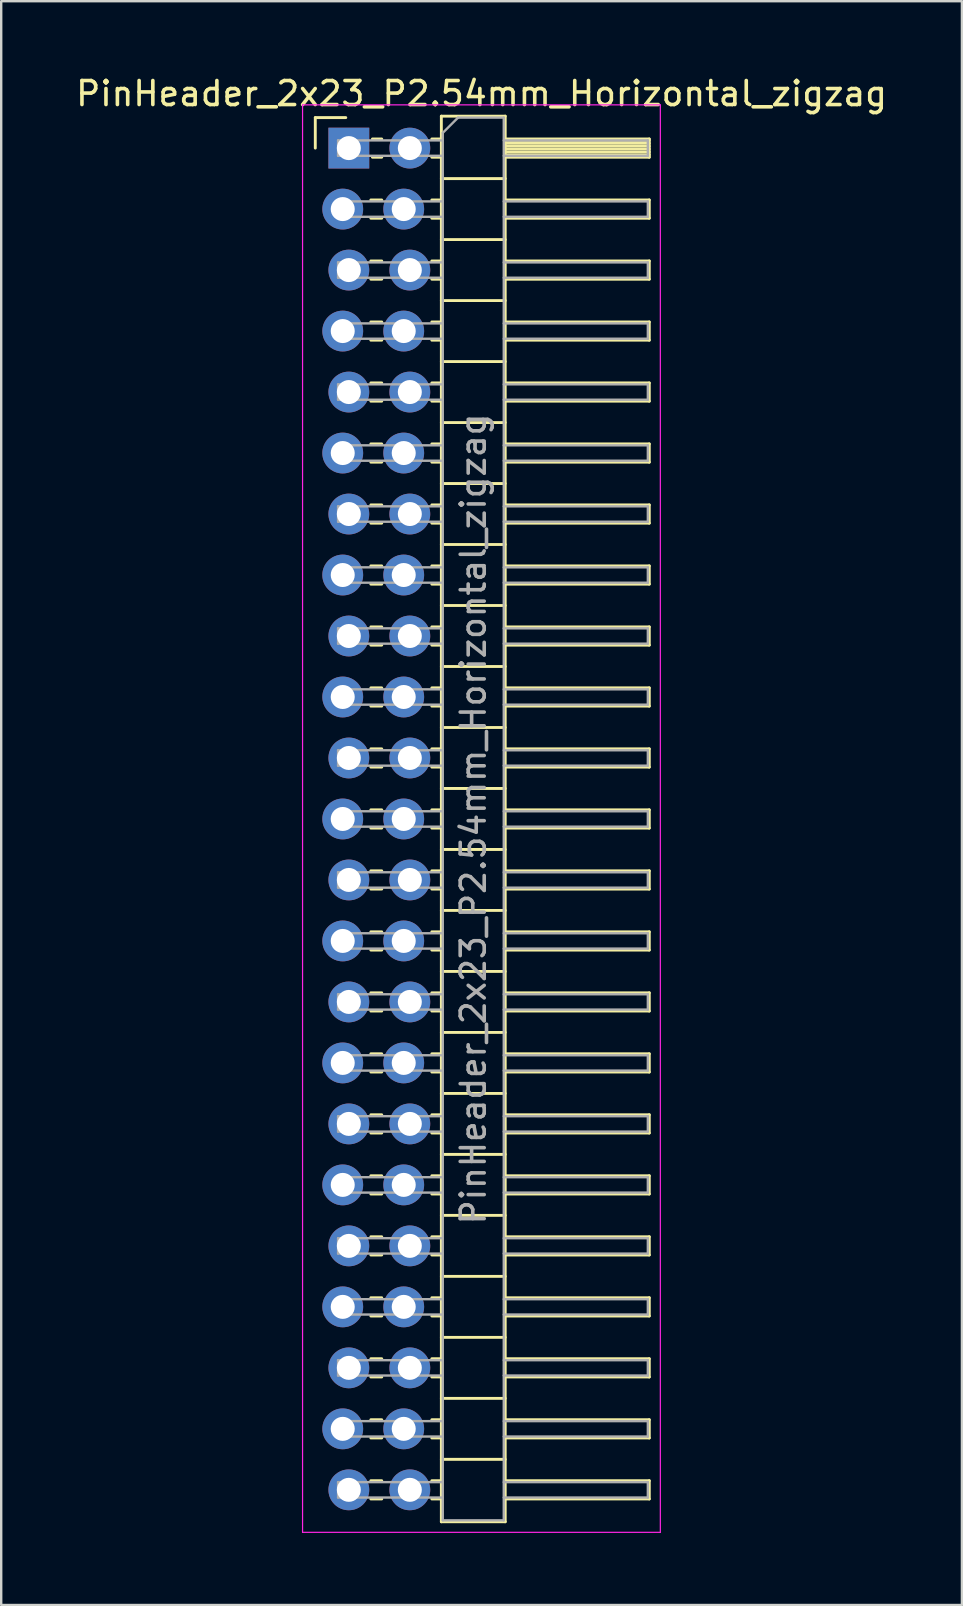
<source format=kicad_pcb>
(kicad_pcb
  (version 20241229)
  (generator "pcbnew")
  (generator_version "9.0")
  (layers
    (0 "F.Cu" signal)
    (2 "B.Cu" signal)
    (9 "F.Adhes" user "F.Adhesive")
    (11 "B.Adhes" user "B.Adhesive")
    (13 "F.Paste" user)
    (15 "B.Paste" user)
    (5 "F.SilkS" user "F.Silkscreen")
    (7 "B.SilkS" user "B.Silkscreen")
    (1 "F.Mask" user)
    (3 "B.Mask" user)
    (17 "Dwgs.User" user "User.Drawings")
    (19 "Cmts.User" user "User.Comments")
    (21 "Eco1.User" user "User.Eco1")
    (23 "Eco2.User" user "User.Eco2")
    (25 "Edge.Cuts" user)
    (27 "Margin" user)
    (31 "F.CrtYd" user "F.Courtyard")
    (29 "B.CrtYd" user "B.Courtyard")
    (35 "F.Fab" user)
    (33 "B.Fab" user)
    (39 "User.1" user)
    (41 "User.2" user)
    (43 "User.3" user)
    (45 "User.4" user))
  (footprint "PinHeader_2x23_P2.54mm_Horizontal_zigzag"
    (layer "F.Cu")
    (at 11.351 3.118)
    (property "Reference" "PinHeader_2x23_P2.54mm_Horizontal_zigzag" (at 5.655 -2.27 0) (layer "F.SilkS") (effects (font (size 1 1) (thickness 0.15))))
    (attr through_hole)
    (fp_line (start -1.27 -1.27) (end 0 -1.27) (stroke (width 0.12) (type solid)) (layer "F.SilkS"))
    (fp_line (start -1.27 0) (end -1.27 -1.27) (stroke (width 0.12) (type solid)) (layer "F.SilkS"))
    (fp_line (start 1.043 2.16) (end 1.497 2.16) (stroke (width 0.12) (type solid)) (layer "F.SilkS"))
    (fp_line (start 1.043 2.92) (end 1.497 2.92) (stroke (width 0.12) (type solid)) (layer "F.SilkS"))
    (fp_line (start 1.043 4.7) (end 1.497 4.7) (stroke (width 0.12) (type solid)) (layer "F.SilkS"))
    (fp_line (start 1.043 5.46) (end 1.497 5.46) (stroke (width 0.12) (type solid)) (layer "F.SilkS"))
    (fp_line (start 1.043 7.24) (end 1.497 7.24) (stroke (width 0.12) (type solid)) (layer "F.SilkS"))
    (fp_line (start 1.043 8) (end 1.497 8) (stroke (width 0.12) (type solid)) (layer "F.SilkS"))
    (fp_line (start 1.043 9.78) (end 1.497 9.78) (stroke (width 0.12) (type solid)) (layer "F.SilkS"))
    (fp_line (start 1.043 10.54) (end 1.497 10.54) (stroke (width 0.12) (type solid)) (layer "F.SilkS"))
    (fp_line (start 1.043 12.32) (end 1.497 12.32) (stroke (width 0.12) (type solid)) (layer "F.SilkS"))
    (fp_line (start 1.043 13.08) (end 1.497 13.08) (stroke (width 0.12) (type solid)) (layer "F.SilkS"))
    (fp_line (start 1.043 14.86) (end 1.497 14.86) (stroke (width 0.12) (type solid)) (layer "F.SilkS"))
    (fp_line (start 1.043 15.62) (end 1.497 15.62) (stroke (width 0.12) (type solid)) (layer "F.SilkS"))
    (fp_line (start 1.043 17.4) (end 1.497 17.4) (stroke (width 0.12) (type solid)) (layer "F.SilkS"))
    (fp_line (start 1.043 18.16) (end 1.497 18.16) (stroke (width 0.12) (type solid)) (layer "F.SilkS"))
    (fp_line (start 1.043 19.94) (end 1.497 19.94) (stroke (width 0.12) (type solid)) (layer "F.SilkS"))
    (fp_line (start 1.043 20.7) (end 1.497 20.7) (stroke (width 0.12) (type solid)) (layer "F.SilkS"))
    (fp_line (start 1.043 22.48) (end 1.497 22.48) (stroke (width 0.12) (type solid)) (layer "F.SilkS"))
    (fp_line (start 1.043 23.24) (end 1.497 23.24) (stroke (width 0.12) (type solid)) (layer "F.SilkS"))
    (fp_line (start 1.043 25.02) (end 1.497 25.02) (stroke (width 0.12) (type solid)) (layer "F.SilkS"))
    (fp_line (start 1.043 25.78) (end 1.497 25.78) (stroke (width 0.12) (type solid)) (layer "F.SilkS"))
    (fp_line (start 1.043 27.56) (end 1.497 27.56) (stroke (width 0.12) (type solid)) (layer "F.SilkS"))
    (fp_line (start 1.043 28.32) (end 1.497 28.32) (stroke (width 0.12) (type solid)) (layer "F.SilkS"))
    (fp_line (start 1.043 30.1) (end 1.497 30.1) (stroke (width 0.12) (type solid)) (layer "F.SilkS"))
    (fp_line (start 1.043 30.86) (end 1.497 30.86) (stroke (width 0.12) (type solid)) (layer "F.SilkS"))
    (fp_line (start 1.043 32.64) (end 1.497 32.64) (stroke (width 0.12) (type solid)) (layer "F.SilkS"))
    (fp_line (start 1.043 33.4) (end 1.497 33.4) (stroke (width 0.12) (type solid)) (layer "F.SilkS"))
    (fp_line (start 1.043 35.18) (end 1.497 35.18) (stroke (width 0.12) (type solid)) (layer "F.SilkS"))
    (fp_line (start 1.043 35.94) (end 1.497 35.94) (stroke (width 0.12) (type solid)) (layer "F.SilkS"))
    (fp_line (start 1.043 37.72) (end 1.497 37.72) (stroke (width 0.12) (type solid)) (layer "F.SilkS"))
    (fp_line (start 1.043 38.48) (end 1.497 38.48) (stroke (width 0.12) (type solid)) (layer "F.SilkS"))
    (fp_line (start 1.043 40.26) (end 1.497 40.26) (stroke (width 0.12) (type solid)) (layer "F.SilkS"))
    (fp_line (start 1.043 41.02) (end 1.497 41.02) (stroke (width 0.12) (type solid)) (layer "F.SilkS"))
    (fp_line (start 1.043 42.8) (end 1.497 42.8) (stroke (width 0.12) (type solid)) (layer "F.SilkS"))
    (fp_line (start 1.043 43.56) (end 1.497 43.56) (stroke (width 0.12) (type solid)) (layer "F.SilkS"))
    (fp_line (start 1.043 45.34) (end 1.497 45.34) (stroke (width 0.12) (type solid)) (layer "F.SilkS"))
    (fp_line (start 1.043 46.1) (end 1.497 46.1) (stroke (width 0.12) (type solid)) (layer "F.SilkS"))
    (fp_line (start 1.043 47.88) (end 1.497 47.88) (stroke (width 0.12) (type solid)) (layer "F.SilkS"))
    (fp_line (start 1.043 48.64) (end 1.497 48.64) (stroke (width 0.12) (type solid)) (layer "F.SilkS"))
    (fp_line (start 1.043 50.42) (end 1.497 50.42) (stroke (width 0.12) (type solid)) (layer "F.SilkS"))
    (fp_line (start 1.043 51.18) (end 1.497 51.18) (stroke (width 0.12) (type solid)) (layer "F.SilkS"))
    (fp_line (start 1.043 52.96) (end 1.497 52.96) (stroke (width 0.12) (type solid)) (layer "F.SilkS"))
    (fp_line (start 1.043 53.72) (end 1.497 53.72) (stroke (width 0.12) (type solid)) (layer "F.SilkS"))
    (fp_line (start 1.043 55.5) (end 1.497 55.5) (stroke (width 0.12) (type solid)) (layer "F.SilkS"))
    (fp_line (start 1.043 56.26) (end 1.497 56.26) (stroke (width 0.12) (type solid)) (layer "F.SilkS"))
    (fp_line (start 1.11 -0.38) (end 1.497 -0.38) (stroke (width 0.12) (type solid)) (layer "F.SilkS"))
    (fp_line (start 1.11 0.38) (end 1.497 0.38) (stroke (width 0.12) (type solid)) (layer "F.SilkS"))
    (fp_line (start 3.583 -0.38) (end 3.98 -0.38) (stroke (width 0.12) (type solid)) (layer "F.SilkS"))
    (fp_line (start 3.583 0.38) (end 3.98 0.38) (stroke (width 0.12) (type solid)) (layer "F.SilkS"))
    (fp_line (start 3.583 2.16) (end 3.98 2.16) (stroke (width 0.12) (type solid)) (layer "F.SilkS"))
    (fp_line (start 3.583 2.92) (end 3.98 2.92) (stroke (width 0.12) (type solid)) (layer "F.SilkS"))
    (fp_line (start 3.583 4.7) (end 3.98 4.7) (stroke (width 0.12) (type solid)) (layer "F.SilkS"))
    (fp_line (start 3.583 5.46) (end 3.98 5.46) (stroke (width 0.12) (type solid)) (layer "F.SilkS"))
    (fp_line (start 3.583 7.24) (end 3.98 7.24) (stroke (width 0.12) (type solid)) (layer "F.SilkS"))
    (fp_line (start 3.583 8) (end 3.98 8) (stroke (width 0.12) (type solid)) (layer "F.SilkS"))
    (fp_line (start 3.583 9.78) (end 3.98 9.78) (stroke (width 0.12) (type solid)) (layer "F.SilkS"))
    (fp_line (start 3.583 10.54) (end 3.98 10.54) (stroke (width 0.12) (type solid)) (layer "F.SilkS"))
    (fp_line (start 3.583 12.32) (end 3.98 12.32) (stroke (width 0.12) (type solid)) (layer "F.SilkS"))
    (fp_line (start 3.583 13.08) (end 3.98 13.08) (stroke (width 0.12) (type solid)) (layer "F.SilkS"))
    (fp_line (start 3.583 14.86) (end 3.98 14.86) (stroke (width 0.12) (type solid)) (layer "F.SilkS"))
    (fp_line (start 3.583 15.62) (end 3.98 15.62) (stroke (width 0.12) (type solid)) (layer "F.SilkS"))
    (fp_line (start 3.583 17.4) (end 3.98 17.4) (stroke (width 0.12) (type solid)) (layer "F.SilkS"))
    (fp_line (start 3.583 18.16) (end 3.98 18.16) (stroke (width 0.12) (type solid)) (layer "F.SilkS"))
    (fp_line (start 3.583 19.94) (end 3.98 19.94) (stroke (width 0.12) (type solid)) (layer "F.SilkS"))
    (fp_line (start 3.583 20.7) (end 3.98 20.7) (stroke (width 0.12) (type solid)) (layer "F.SilkS"))
    (fp_line (start 3.583 22.48) (end 3.98 22.48) (stroke (width 0.12) (type solid)) (layer "F.SilkS"))
    (fp_line (start 3.583 23.24) (end 3.98 23.24) (stroke (width 0.12) (type solid)) (layer "F.SilkS"))
    (fp_line (start 3.583 25.02) (end 3.98 25.02) (stroke (width 0.12) (type solid)) (layer "F.SilkS"))
    (fp_line (start 3.583 25.78) (end 3.98 25.78) (stroke (width 0.12) (type solid)) (layer "F.SilkS"))
    (fp_line (start 3.583 27.56) (end 3.98 27.56) (stroke (width 0.12) (type solid)) (layer "F.SilkS"))
    (fp_line (start 3.583 28.32) (end 3.98 28.32) (stroke (width 0.12) (type solid)) (layer "F.SilkS"))
    (fp_line (start 3.583 30.1) (end 3.98 30.1) (stroke (width 0.12) (type solid)) (layer "F.SilkS"))
    (fp_line (start 3.583 30.86) (end 3.98 30.86) (stroke (width 0.12) (type solid)) (layer "F.SilkS"))
    (fp_line (start 3.583 32.64) (end 3.98 32.64) (stroke (width 0.12) (type solid)) (layer "F.SilkS"))
    (fp_line (start 3.583 33.4) (end 3.98 33.4) (stroke (width 0.12) (type solid)) (layer "F.SilkS"))
    (fp_line (start 3.583 35.18) (end 3.98 35.18) (stroke (width 0.12) (type solid)) (layer "F.SilkS"))
    (fp_line (start 3.583 35.94) (end 3.98 35.94) (stroke (width 0.12) (type solid)) (layer "F.SilkS"))
    (fp_line (start 3.583 37.72) (end 3.98 37.72) (stroke (width 0.12) (type solid)) (layer "F.SilkS"))
    (fp_line (start 3.583 38.48) (end 3.98 38.48) (stroke (width 0.12) (type solid)) (layer "F.SilkS"))
    (fp_line (start 3.583 40.26) (end 3.98 40.26) (stroke (width 0.12) (type solid)) (layer "F.SilkS"))
    (fp_line (start 3.583 41.02) (end 3.98 41.02) (stroke (width 0.12) (type solid)) (layer "F.SilkS"))
    (fp_line (start 3.583 42.8) (end 3.98 42.8) (stroke (width 0.12) (type solid)) (layer "F.SilkS"))
    (fp_line (start 3.583 43.56) (end 3.98 43.56) (stroke (width 0.12) (type solid)) (layer "F.SilkS"))
    (fp_line (start 3.583 45.34) (end 3.98 45.34) (stroke (width 0.12) (type solid)) (layer "F.SilkS"))
    (fp_line (start 3.583 46.1) (end 3.98 46.1) (stroke (width 0.12) (type solid)) (layer "F.SilkS"))
    (fp_line (start 3.583 47.88) (end 3.98 47.88) (stroke (width 0.12) (type solid)) (layer "F.SilkS"))
    (fp_line (start 3.583 48.64) (end 3.98 48.64) (stroke (width 0.12) (type solid)) (layer "F.SilkS"))
    (fp_line (start 3.583 50.42) (end 3.98 50.42) (stroke (width 0.12) (type solid)) (layer "F.SilkS"))
    (fp_line (start 3.583 51.18) (end 3.98 51.18) (stroke (width 0.12) (type solid)) (layer "F.SilkS"))
    (fp_line (start 3.583 52.96) (end 3.98 52.96) (stroke (width 0.12) (type solid)) (layer "F.SilkS"))
    (fp_line (start 3.583 53.72) (end 3.98 53.72) (stroke (width 0.12) (type solid)) (layer "F.SilkS"))
    (fp_line (start 3.583 55.5) (end 3.98 55.5) (stroke (width 0.12) (type solid)) (layer "F.SilkS"))
    (fp_line (start 3.583 56.26) (end 3.98 56.26) (stroke (width 0.12) (type solid)) (layer "F.SilkS"))
    (fp_line (start 3.98 -1.33) (end 3.98 57.21) (stroke (width 0.12) (type solid)) (layer "F.SilkS"))
    (fp_line (start 3.98 1.27) (end 6.64 1.27) (stroke (width 0.12) (type solid)) (layer "F.SilkS"))
    (fp_line (start 3.98 3.81) (end 6.64 3.81) (stroke (width 0.12) (type solid)) (layer "F.SilkS"))
    (fp_line (start 3.98 6.35) (end 6.64 6.35) (stroke (width 0.12) (type solid)) (layer "F.SilkS"))
    (fp_line (start 3.98 8.89) (end 6.64 8.89) (stroke (width 0.12) (type solid)) (layer "F.SilkS"))
    (fp_line (start 3.98 11.43) (end 6.64 11.43) (stroke (width 0.12) (type solid)) (layer "F.SilkS"))
    (fp_line (start 3.98 13.97) (end 6.64 13.97) (stroke (width 0.12) (type solid)) (layer "F.SilkS"))
    (fp_line (start 3.98 16.51) (end 6.64 16.51) (stroke (width 0.12) (type solid)) (layer "F.SilkS"))
    (fp_line (start 3.98 19.05) (end 6.64 19.05) (stroke (width 0.12) (type solid)) (layer "F.SilkS"))
    (fp_line (start 3.98 21.59) (end 6.64 21.59) (stroke (width 0.12) (type solid)) (layer "F.SilkS"))
    (fp_line (start 3.98 24.13) (end 6.64 24.13) (stroke (width 0.12) (type solid)) (layer "F.SilkS"))
    (fp_line (start 3.98 26.67) (end 6.64 26.67) (stroke (width 0.12) (type solid)) (layer "F.SilkS"))
    (fp_line (start 3.98 29.21) (end 6.64 29.21) (stroke (width 0.12) (type solid)) (layer "F.SilkS"))
    (fp_line (start 3.98 31.75) (end 6.64 31.75) (stroke (width 0.12) (type solid)) (layer "F.SilkS"))
    (fp_line (start 3.98 34.29) (end 6.64 34.29) (stroke (width 0.12) (type solid)) (layer "F.SilkS"))
    (fp_line (start 3.98 36.83) (end 6.64 36.83) (stroke (width 0.12) (type solid)) (layer "F.SilkS"))
    (fp_line (start 3.98 39.37) (end 6.64 39.37) (stroke (width 0.12) (type solid)) (layer "F.SilkS"))
    (fp_line (start 3.98 41.91) (end 6.64 41.91) (stroke (width 0.12) (type solid)) (layer "F.SilkS"))
    (fp_line (start 3.98 44.45) (end 6.64 44.45) (stroke (width 0.12) (type solid)) (layer "F.SilkS"))
    (fp_line (start 3.98 46.99) (end 6.64 46.99) (stroke (width 0.12) (type solid)) (layer "F.SilkS"))
    (fp_line (start 3.98 49.53) (end 6.64 49.53) (stroke (width 0.12) (type solid)) (layer "F.SilkS"))
    (fp_line (start 3.98 52.07) (end 6.64 52.07) (stroke (width 0.12) (type solid)) (layer "F.SilkS"))
    (fp_line (start 3.98 54.61) (end 6.64 54.61) (stroke (width 0.12) (type solid)) (layer "F.SilkS"))
    (fp_line (start 3.98 57.21) (end 6.64 57.21) (stroke (width 0.12) (type solid)) (layer "F.SilkS"))
    (fp_line (start 6.64 -1.33) (end 3.98 -1.33) (stroke (width 0.12) (type solid)) (layer "F.SilkS"))
    (fp_line (start 6.64 -0.38) (end 12.64 -0.38) (stroke (width 0.12) (type solid)) (layer "F.SilkS"))
    (fp_line (start 6.64 -0.32) (end 12.64 -0.32) (stroke (width 0.12) (type solid)) (layer "F.SilkS"))
    (fp_line (start 6.64 -0.2) (end 12.64 -0.2) (stroke (width 0.12) (type solid)) (layer "F.SilkS"))
    (fp_line (start 6.64 -0.08) (end 12.64 -0.08) (stroke (width 0.12) (type solid)) (layer "F.SilkS"))
    (fp_line (start 6.64 0.04) (end 12.64 0.04) (stroke (width 0.12) (type solid)) (layer "F.SilkS"))
    (fp_line (start 6.64 0.16) (end 12.64 0.16) (stroke (width 0.12) (type solid)) (layer "F.SilkS"))
    (fp_line (start 6.64 0.28) (end 12.64 0.28) (stroke (width 0.12) (type solid)) (layer "F.SilkS"))
    (fp_line (start 6.64 2.16) (end 12.64 2.16) (stroke (width 0.12) (type solid)) (layer "F.SilkS"))
    (fp_line (start 6.64 4.7) (end 12.64 4.7) (stroke (width 0.12) (type solid)) (layer "F.SilkS"))
    (fp_line (start 6.64 7.24) (end 12.64 7.24) (stroke (width 0.12) (type solid)) (layer "F.SilkS"))
    (fp_line (start 6.64 9.78) (end 12.64 9.78) (stroke (width 0.12) (type solid)) (layer "F.SilkS"))
    (fp_line (start 6.64 12.32) (end 12.64 12.32) (stroke (width 0.12) (type solid)) (layer "F.SilkS"))
    (fp_line (start 6.64 14.86) (end 12.64 14.86) (stroke (width 0.12) (type solid)) (layer "F.SilkS"))
    (fp_line (start 6.64 17.4) (end 12.64 17.4) (stroke (width 0.12) (type solid)) (layer "F.SilkS"))
    (fp_line (start 6.64 19.94) (end 12.64 19.94) (stroke (width 0.12) (type solid)) (layer "F.SilkS"))
    (fp_line (start 6.64 22.48) (end 12.64 22.48) (stroke (width 0.12) (type solid)) (layer "F.SilkS"))
    (fp_line (start 6.64 25.02) (end 12.64 25.02) (stroke (width 0.12) (type solid)) (layer "F.SilkS"))
    (fp_line (start 6.64 27.56) (end 12.64 27.56) (stroke (width 0.12) (type solid)) (layer "F.SilkS"))
    (fp_line (start 6.64 30.1) (end 12.64 30.1) (stroke (width 0.12) (type solid)) (layer "F.SilkS"))
    (fp_line (start 6.64 32.64) (end 12.64 32.64) (stroke (width 0.12) (type solid)) (layer "F.SilkS"))
    (fp_line (start 6.64 35.18) (end 12.64 35.18) (stroke (width 0.12) (type solid)) (layer "F.SilkS"))
    (fp_line (start 6.64 37.72) (end 12.64 37.72) (stroke (width 0.12) (type solid)) (layer "F.SilkS"))
    (fp_line (start 6.64 40.26) (end 12.64 40.26) (stroke (width 0.12) (type solid)) (layer "F.SilkS"))
    (fp_line (start 6.64 42.8) (end 12.64 42.8) (stroke (width 0.12) (type solid)) (layer "F.SilkS"))
    (fp_line (start 6.64 45.34) (end 12.64 45.34) (stroke (width 0.12) (type solid)) (layer "F.SilkS"))
    (fp_line (start 6.64 47.88) (end 12.64 47.88) (stroke (width 0.12) (type solid)) (layer "F.SilkS"))
    (fp_line (start 6.64 50.42) (end 12.64 50.42) (stroke (width 0.12) (type solid)) (layer "F.SilkS"))
    (fp_line (start 6.64 52.96) (end 12.64 52.96) (stroke (width 0.12) (type solid)) (layer "F.SilkS"))
    (fp_line (start 6.64 55.5) (end 12.64 55.5) (stroke (width 0.12) (type solid)) (layer "F.SilkS"))
    (fp_line (start 6.64 57.21) (end 6.64 -1.33) (stroke (width 0.12) (type solid)) (layer "F.SilkS"))
    (fp_line (start 12.64 -0.38) (end 12.64 0.38) (stroke (width 0.12) (type solid)) (layer "F.SilkS"))
    (fp_line (start 12.64 0.38) (end 6.64 0.38) (stroke (width 0.12) (type solid)) (layer "F.SilkS"))
    (fp_line (start 12.64 2.16) (end 12.64 2.92) (stroke (width 0.12) (type solid)) (layer "F.SilkS"))
    (fp_line (start 12.64 2.92) (end 6.64 2.92) (stroke (width 0.12) (type solid)) (layer "F.SilkS"))
    (fp_line (start 12.64 4.7) (end 12.64 5.46) (stroke (width 0.12) (type solid)) (layer "F.SilkS"))
    (fp_line (start 12.64 5.46) (end 6.64 5.46) (stroke (width 0.12) (type solid)) (layer "F.SilkS"))
    (fp_line (start 12.64 7.24) (end 12.64 8) (stroke (width 0.12) (type solid)) (layer "F.SilkS"))
    (fp_line (start 12.64 8) (end 6.64 8) (stroke (width 0.12) (type solid)) (layer "F.SilkS"))
    (fp_line (start 12.64 9.78) (end 12.64 10.54) (stroke (width 0.12) (type solid)) (layer "F.SilkS"))
    (fp_line (start 12.64 10.54) (end 6.64 10.54) (stroke (width 0.12) (type solid)) (layer "F.SilkS"))
    (fp_line (start 12.64 12.32) (end 12.64 13.08) (stroke (width 0.12) (type solid)) (layer "F.SilkS"))
    (fp_line (start 12.64 13.08) (end 6.64 13.08) (stroke (width 0.12) (type solid)) (layer "F.SilkS"))
    (fp_line (start 12.64 14.86) (end 12.64 15.62) (stroke (width 0.12) (type solid)) (layer "F.SilkS"))
    (fp_line (start 12.64 15.62) (end 6.64 15.62) (stroke (width 0.12) (type solid)) (layer "F.SilkS"))
    (fp_line (start 12.64 17.4) (end 12.64 18.16) (stroke (width 0.12) (type solid)) (layer "F.SilkS"))
    (fp_line (start 12.64 18.16) (end 6.64 18.16) (stroke (width 0.12) (type solid)) (layer "F.SilkS"))
    (fp_line (start 12.64 19.94) (end 12.64 20.7) (stroke (width 0.12) (type solid)) (layer "F.SilkS"))
    (fp_line (start 12.64 20.7) (end 6.64 20.7) (stroke (width 0.12) (type solid)) (layer "F.SilkS"))
    (fp_line (start 12.64 22.48) (end 12.64 23.24) (stroke (width 0.12) (type solid)) (layer "F.SilkS"))
    (fp_line (start 12.64 23.24) (end 6.64 23.24) (stroke (width 0.12) (type solid)) (layer "F.SilkS"))
    (fp_line (start 12.64 25.02) (end 12.64 25.78) (stroke (width 0.12) (type solid)) (layer "F.SilkS"))
    (fp_line (start 12.64 25.78) (end 6.64 25.78) (stroke (width 0.12) (type solid)) (layer "F.SilkS"))
    (fp_line (start 12.64 27.56) (end 12.64 28.32) (stroke (width 0.12) (type solid)) (layer "F.SilkS"))
    (fp_line (start 12.64 28.32) (end 6.64 28.32) (stroke (width 0.12) (type solid)) (layer "F.SilkS"))
    (fp_line (start 12.64 30.1) (end 12.64 30.86) (stroke (width 0.12) (type solid)) (layer "F.SilkS"))
    (fp_line (start 12.64 30.86) (end 6.64 30.86) (stroke (width 0.12) (type solid)) (layer "F.SilkS"))
    (fp_line (start 12.64 32.64) (end 12.64 33.4) (stroke (width 0.12) (type solid)) (layer "F.SilkS"))
    (fp_line (start 12.64 33.4) (end 6.64 33.4) (stroke (width 0.12) (type solid)) (layer "F.SilkS"))
    (fp_line (start 12.64 35.18) (end 12.64 35.94) (stroke (width 0.12) (type solid)) (layer "F.SilkS"))
    (fp_line (start 12.64 35.94) (end 6.64 35.94) (stroke (width 0.12) (type solid)) (layer "F.SilkS"))
    (fp_line (start 12.64 37.72) (end 12.64 38.48) (stroke (width 0.12) (type solid)) (layer "F.SilkS"))
    (fp_line (start 12.64 38.48) (end 6.64 38.48) (stroke (width 0.12) (type solid)) (layer "F.SilkS"))
    (fp_line (start 12.64 40.26) (end 12.64 41.02) (stroke (width 0.12) (type solid)) (layer "F.SilkS"))
    (fp_line (start 12.64 41.02) (end 6.64 41.02) (stroke (width 0.12) (type solid)) (layer "F.SilkS"))
    (fp_line (start 12.64 42.8) (end 12.64 43.56) (stroke (width 0.12) (type solid)) (layer "F.SilkS"))
    (fp_line (start 12.64 43.56) (end 6.64 43.56) (stroke (width 0.12) (type solid)) (layer "F.SilkS"))
    (fp_line (start 12.64 45.34) (end 12.64 46.1) (stroke (width 0.12) (type solid)) (layer "F.SilkS"))
    (fp_line (start 12.64 46.1) (end 6.64 46.1) (stroke (width 0.12) (type solid)) (layer "F.SilkS"))
    (fp_line (start 12.64 47.88) (end 12.64 48.64) (stroke (width 0.12) (type solid)) (layer "F.SilkS"))
    (fp_line (start 12.64 48.64) (end 6.64 48.64) (stroke (width 0.12) (type solid)) (layer "F.SilkS"))
    (fp_line (start 12.64 50.42) (end 12.64 51.18) (stroke (width 0.12) (type solid)) (layer "F.SilkS"))
    (fp_line (start 12.64 51.18) (end 6.64 51.18) (stroke (width 0.12) (type solid)) (layer "F.SilkS"))
    (fp_line (start 12.64 52.96) (end 12.64 53.72) (stroke (width 0.12) (type solid)) (layer "F.SilkS"))
    (fp_line (start 12.64 53.72) (end 6.64 53.72) (stroke (width 0.12) (type solid)) (layer "F.SilkS"))
    (fp_line (start 12.64 55.5) (end 12.64 56.26) (stroke (width 0.12) (type solid)) (layer "F.SilkS"))
    (fp_line (start 12.64 56.26) (end 6.64 56.26) (stroke (width 0.12) (type solid)) (layer "F.SilkS"))
    (fp_line (start -1.8 -1.8) (end -1.8 57.65) (stroke (width 0.05) (type solid)) (layer "F.CrtYd"))
    (fp_line (start -1.8 57.65) (end 13.1 57.65) (stroke (width 0.05) (type solid)) (layer "F.CrtYd"))
    (fp_line (start 13.1 -1.8) (end -1.8 -1.8) (stroke (width 0.05) (type solid)) (layer "F.CrtYd"))
    (fp_line (start 13.1 57.65) (end 13.1 -1.8) (stroke (width 0.05) (type solid)) (layer "F.CrtYd"))
    (fp_line (start -0.32 -0.32) (end -0.32 0.32) (stroke (width 0.1) (type solid)) (layer "F.Fab"))
    (fp_line (start -0.32 -0.32) (end 4.04 -0.32) (stroke (width 0.1) (type solid)) (layer "F.Fab"))
    (fp_line (start -0.32 0.32) (end 4.04 0.32) (stroke (width 0.1) (type solid)) (layer "F.Fab"))
    (fp_line (start -0.32 2.22) (end -0.32 2.86) (stroke (width 0.1) (type solid)) (layer "F.Fab"))
    (fp_line (start -0.32 2.22) (end 4.04 2.22) (stroke (width 0.1) (type solid)) (layer "F.Fab"))
    (fp_line (start -0.32 2.86) (end 4.04 2.86) (stroke (width 0.1) (type solid)) (layer "F.Fab"))
    (fp_line (start -0.32 4.76) (end -0.32 5.4) (stroke (width 0.1) (type solid)) (layer "F.Fab"))
    (fp_line (start -0.32 4.76) (end 4.04 4.76) (stroke (width 0.1) (type solid)) (layer "F.Fab"))
    (fp_line (start -0.32 5.4) (end 4.04 5.4) (stroke (width 0.1) (type solid)) (layer "F.Fab"))
    (fp_line (start -0.32 7.3) (end -0.32 7.94) (stroke (width 0.1) (type solid)) (layer "F.Fab"))
    (fp_line (start -0.32 7.3) (end 4.04 7.3) (stroke (width 0.1) (type solid)) (layer "F.Fab"))
    (fp_line (start -0.32 7.94) (end 4.04 7.94) (stroke (width 0.1) (type solid)) (layer "F.Fab"))
    (fp_line (start -0.32 9.84) (end -0.32 10.48) (stroke (width 0.1) (type solid)) (layer "F.Fab"))
    (fp_line (start -0.32 9.84) (end 4.04 9.84) (stroke (width 0.1) (type solid)) (layer "F.Fab"))
    (fp_line (start -0.32 10.48) (end 4.04 10.48) (stroke (width 0.1) (type solid)) (layer "F.Fab"))
    (fp_line (start -0.32 12.38) (end -0.32 13.02) (stroke (width 0.1) (type solid)) (layer "F.Fab"))
    (fp_line (start -0.32 12.38) (end 4.04 12.38) (stroke (width 0.1) (type solid)) (layer "F.Fab"))
    (fp_line (start -0.32 13.02) (end 4.04 13.02) (stroke (width 0.1) (type solid)) (layer "F.Fab"))
    (fp_line (start -0.32 14.92) (end -0.32 15.56) (stroke (width 0.1) (type solid)) (layer "F.Fab"))
    (fp_line (start -0.32 14.92) (end 4.04 14.92) (stroke (width 0.1) (type solid)) (layer "F.Fab"))
    (fp_line (start -0.32 15.56) (end 4.04 15.56) (stroke (width 0.1) (type solid)) (layer "F.Fab"))
    (fp_line (start -0.32 17.46) (end -0.32 18.1) (stroke (width 0.1) (type solid)) (layer "F.Fab"))
    (fp_line (start -0.32 17.46) (end 4.04 17.46) (stroke (width 0.1) (type solid)) (layer "F.Fab"))
    (fp_line (start -0.32 18.1) (end 4.04 18.1) (stroke (width 0.1) (type solid)) (layer "F.Fab"))
    (fp_line (start -0.32 20) (end -0.32 20.64) (stroke (width 0.1) (type solid)) (layer "F.Fab"))
    (fp_line (start -0.32 20) (end 4.04 20) (stroke (width 0.1) (type solid)) (layer "F.Fab"))
    (fp_line (start -0.32 20.64) (end 4.04 20.64) (stroke (width 0.1) (type solid)) (layer "F.Fab"))
    (fp_line (start -0.32 22.54) (end -0.32 23.18) (stroke (width 0.1) (type solid)) (layer "F.Fab"))
    (fp_line (start -0.32 22.54) (end 4.04 22.54) (stroke (width 0.1) (type solid)) (layer "F.Fab"))
    (fp_line (start -0.32 23.18) (end 4.04 23.18) (stroke (width 0.1) (type solid)) (layer "F.Fab"))
    (fp_line (start -0.32 25.08) (end -0.32 25.72) (stroke (width 0.1) (type solid)) (layer "F.Fab"))
    (fp_line (start -0.32 25.08) (end 4.04 25.08) (stroke (width 0.1) (type solid)) (layer "F.Fab"))
    (fp_line (start -0.32 25.72) (end 4.04 25.72) (stroke (width 0.1) (type solid)) (layer "F.Fab"))
    (fp_line (start -0.32 27.62) (end -0.32 28.26) (stroke (width 0.1) (type solid)) (layer "F.Fab"))
    (fp_line (start -0.32 27.62) (end 4.04 27.62) (stroke (width 0.1) (type solid)) (layer "F.Fab"))
    (fp_line (start -0.32 28.26) (end 4.04 28.26) (stroke (width 0.1) (type solid)) (layer "F.Fab"))
    (fp_line (start -0.32 30.16) (end -0.32 30.8) (stroke (width 0.1) (type solid)) (layer "F.Fab"))
    (fp_line (start -0.32 30.16) (end 4.04 30.16) (stroke (width 0.1) (type solid)) (layer "F.Fab"))
    (fp_line (start -0.32 30.8) (end 4.04 30.8) (stroke (width 0.1) (type solid)) (layer "F.Fab"))
    (fp_line (start -0.32 32.7) (end -0.32 33.34) (stroke (width 0.1) (type solid)) (layer "F.Fab"))
    (fp_line (start -0.32 32.7) (end 4.04 32.7) (stroke (width 0.1) (type solid)) (layer "F.Fab"))
    (fp_line (start -0.32 33.34) (end 4.04 33.34) (stroke (width 0.1) (type solid)) (layer "F.Fab"))
    (fp_line (start -0.32 35.24) (end -0.32 35.88) (stroke (width 0.1) (type solid)) (layer "F.Fab"))
    (fp_line (start -0.32 35.24) (end 4.04 35.24) (stroke (width 0.1) (type solid)) (layer "F.Fab"))
    (fp_line (start -0.32 35.88) (end 4.04 35.88) (stroke (width 0.1) (type solid)) (layer "F.Fab"))
    (fp_line (start -0.32 37.78) (end -0.32 38.42) (stroke (width 0.1) (type solid)) (layer "F.Fab"))
    (fp_line (start -0.32 37.78) (end 4.04 37.78) (stroke (width 0.1) (type solid)) (layer "F.Fab"))
    (fp_line (start -0.32 38.42) (end 4.04 38.42) (stroke (width 0.1) (type solid)) (layer "F.Fab"))
    (fp_line (start -0.32 40.32) (end -0.32 40.96) (stroke (width 0.1) (type solid)) (layer "F.Fab"))
    (fp_line (start -0.32 40.32) (end 4.04 40.32) (stroke (width 0.1) (type solid)) (layer "F.Fab"))
    (fp_line (start -0.32 40.96) (end 4.04 40.96) (stroke (width 0.1) (type solid)) (layer "F.Fab"))
    (fp_line (start -0.32 42.86) (end -0.32 43.5) (stroke (width 0.1) (type solid)) (layer "F.Fab"))
    (fp_line (start -0.32 42.86) (end 4.04 42.86) (stroke (width 0.1) (type solid)) (layer "F.Fab"))
    (fp_line (start -0.32 43.5) (end 4.04 43.5) (stroke (width 0.1) (type solid)) (layer "F.Fab"))
    (fp_line (start -0.32 45.4) (end -0.32 46.04) (stroke (width 0.1) (type solid)) (layer "F.Fab"))
    (fp_line (start -0.32 45.4) (end 4.04 45.4) (stroke (width 0.1) (type solid)) (layer "F.Fab"))
    (fp_line (start -0.32 46.04) (end 4.04 46.04) (stroke (width 0.1) (type solid)) (layer "F.Fab"))
    (fp_line (start -0.32 47.94) (end -0.32 48.58) (stroke (width 0.1) (type solid)) (layer "F.Fab"))
    (fp_line (start -0.32 47.94) (end 4.04 47.94) (stroke (width 0.1) (type solid)) (layer "F.Fab"))
    (fp_line (start -0.32 48.58) (end 4.04 48.58) (stroke (width 0.1) (type solid)) (layer "F.Fab"))
    (fp_line (start -0.32 50.48) (end -0.32 51.12) (stroke (width 0.1) (type solid)) (layer "F.Fab"))
    (fp_line (start -0.32 50.48) (end 4.04 50.48) (stroke (width 0.1) (type solid)) (layer "F.Fab"))
    (fp_line (start -0.32 51.12) (end 4.04 51.12) (stroke (width 0.1) (type solid)) (layer "F.Fab"))
    (fp_line (start -0.32 53.02) (end -0.32 53.66) (stroke (width 0.1) (type solid)) (layer "F.Fab"))
    (fp_line (start -0.32 53.02) (end 4.04 53.02) (stroke (width 0.1) (type solid)) (layer "F.Fab"))
    (fp_line (start -0.32 53.66) (end 4.04 53.66) (stroke (width 0.1) (type solid)) (layer "F.Fab"))
    (fp_line (start -0.32 55.56) (end -0.32 56.2) (stroke (width 0.1) (type solid)) (layer "F.Fab"))
    (fp_line (start -0.32 55.56) (end 4.04 55.56) (stroke (width 0.1) (type solid)) (layer "F.Fab"))
    (fp_line (start -0.32 56.2) (end 4.04 56.2) (stroke (width 0.1) (type solid)) (layer "F.Fab"))
    (fp_line (start 4.04 -0.635) (end 4.675 -1.27) (stroke (width 0.1) (type solid)) (layer "F.Fab"))
    (fp_line (start 4.04 57.15) (end 4.04 -0.635) (stroke (width 0.1) (type solid)) (layer "F.Fab"))
    (fp_line (start 4.675 -1.27) (end 6.58 -1.27) (stroke (width 0.1) (type solid)) (layer "F.Fab"))
    (fp_line (start 6.58 -1.27) (end 6.58 57.15) (stroke (width 0.1) (type solid)) (layer "F.Fab"))
    (fp_line (start 6.58 -0.32) (end 12.58 -0.32) (stroke (width 0.1) (type solid)) (layer "F.Fab"))
    (fp_line (start 6.58 0.32) (end 12.58 0.32) (stroke (width 0.1) (type solid)) (layer "F.Fab"))
    (fp_line (start 6.58 2.22) (end 12.58 2.22) (stroke (width 0.1) (type solid)) (layer "F.Fab"))
    (fp_line (start 6.58 2.86) (end 12.58 2.86) (stroke (width 0.1) (type solid)) (layer "F.Fab"))
    (fp_line (start 6.58 4.76) (end 12.58 4.76) (stroke (width 0.1) (type solid)) (layer "F.Fab"))
    (fp_line (start 6.58 5.4) (end 12.58 5.4) (stroke (width 0.1) (type solid)) (layer "F.Fab"))
    (fp_line (start 6.58 7.3) (end 12.58 7.3) (stroke (width 0.1) (type solid)) (layer "F.Fab"))
    (fp_line (start 6.58 7.94) (end 12.58 7.94) (stroke (width 0.1) (type solid)) (layer "F.Fab"))
    (fp_line (start 6.58 9.84) (end 12.58 9.84) (stroke (width 0.1) (type solid)) (layer "F.Fab"))
    (fp_line (start 6.58 10.48) (end 12.58 10.48) (stroke (width 0.1) (type solid)) (layer "F.Fab"))
    (fp_line (start 6.58 12.38) (end 12.58 12.38) (stroke (width 0.1) (type solid)) (layer "F.Fab"))
    (fp_line (start 6.58 13.02) (end 12.58 13.02) (stroke (width 0.1) (type solid)) (layer "F.Fab"))
    (fp_line (start 6.58 14.92) (end 12.58 14.92) (stroke (width 0.1) (type solid)) (layer "F.Fab"))
    (fp_line (start 6.58 15.56) (end 12.58 15.56) (stroke (width 0.1) (type solid)) (layer "F.Fab"))
    (fp_line (start 6.58 17.46) (end 12.58 17.46) (stroke (width 0.1) (type solid)) (layer "F.Fab"))
    (fp_line (start 6.58 18.1) (end 12.58 18.1) (stroke (width 0.1) (type solid)) (layer "F.Fab"))
    (fp_line (start 6.58 20) (end 12.58 20) (stroke (width 0.1) (type solid)) (layer "F.Fab"))
    (fp_line (start 6.58 20.64) (end 12.58 20.64) (stroke (width 0.1) (type solid)) (layer "F.Fab"))
    (fp_line (start 6.58 22.54) (end 12.58 22.54) (stroke (width 0.1) (type solid)) (layer "F.Fab"))
    (fp_line (start 6.58 23.18) (end 12.58 23.18) (stroke (width 0.1) (type solid)) (layer "F.Fab"))
    (fp_line (start 6.58 25.08) (end 12.58 25.08) (stroke (width 0.1) (type solid)) (layer "F.Fab"))
    (fp_line (start 6.58 25.72) (end 12.58 25.72) (stroke (width 0.1) (type solid)) (layer "F.Fab"))
    (fp_line (start 6.58 27.62) (end 12.58 27.62) (stroke (width 0.1) (type solid)) (layer "F.Fab"))
    (fp_line (start 6.58 28.26) (end 12.58 28.26) (stroke (width 0.1) (type solid)) (layer "F.Fab"))
    (fp_line (start 6.58 30.16) (end 12.58 30.16) (stroke (width 0.1) (type solid)) (layer "F.Fab"))
    (fp_line (start 6.58 30.8) (end 12.58 30.8) (stroke (width 0.1) (type solid)) (layer "F.Fab"))
    (fp_line (start 6.58 32.7) (end 12.58 32.7) (stroke (width 0.1) (type solid)) (layer "F.Fab"))
    (fp_line (start 6.58 33.34) (end 12.58 33.34) (stroke (width 0.1) (type solid)) (layer "F.Fab"))
    (fp_line (start 6.58 35.24) (end 12.58 35.24) (stroke (width 0.1) (type solid)) (layer "F.Fab"))
    (fp_line (start 6.58 35.88) (end 12.58 35.88) (stroke (width 0.1) (type solid)) (layer "F.Fab"))
    (fp_line (start 6.58 37.78) (end 12.58 37.78) (stroke (width 0.1) (type solid)) (layer "F.Fab"))
    (fp_line (start 6.58 38.42) (end 12.58 38.42) (stroke (width 0.1) (type solid)) (layer "F.Fab"))
    (fp_line (start 6.58 40.32) (end 12.58 40.32) (stroke (width 0.1) (type solid)) (layer "F.Fab"))
    (fp_line (start 6.58 40.96) (end 12.58 40.96) (stroke (width 0.1) (type solid)) (layer "F.Fab"))
    (fp_line (start 6.58 42.86) (end 12.58 42.86) (stroke (width 0.1) (type solid)) (layer "F.Fab"))
    (fp_line (start 6.58 43.5) (end 12.58 43.5) (stroke (width 0.1) (type solid)) (layer "F.Fab"))
    (fp_line (start 6.58 45.4) (end 12.58 45.4) (stroke (width 0.1) (type solid)) (layer "F.Fab"))
    (fp_line (start 6.58 46.04) (end 12.58 46.04) (stroke (width 0.1) (type solid)) (layer "F.Fab"))
    (fp_line (start 6.58 47.94) (end 12.58 47.94) (stroke (width 0.1) (type solid)) (layer "F.Fab"))
    (fp_line (start 6.58 48.58) (end 12.58 48.58) (stroke (width 0.1) (type solid)) (layer "F.Fab"))
    (fp_line (start 6.58 50.48) (end 12.58 50.48) (stroke (width 0.1) (type solid)) (layer "F.Fab"))
    (fp_line (start 6.58 51.12) (end 12.58 51.12) (stroke (width 0.1) (type solid)) (layer "F.Fab"))
    (fp_line (start 6.58 53.02) (end 12.58 53.02) (stroke (width 0.1) (type solid)) (layer "F.Fab"))
    (fp_line (start 6.58 53.66) (end 12.58 53.66) (stroke (width 0.1) (type solid)) (layer "F.Fab"))
    (fp_line (start 6.58 55.56) (end 12.58 55.56) (stroke (width 0.1) (type solid)) (layer "F.Fab"))
    (fp_line (start 6.58 56.2) (end 12.58 56.2) (stroke (width 0.1) (type solid)) (layer "F.Fab"))
    (fp_line (start 6.58 57.15) (end 4.04 57.15) (stroke (width 0.1) (type solid)) (layer "F.Fab"))
    (fp_line (start 12.58 -0.32) (end 12.58 0.32) (stroke (width 0.1) (type solid)) (layer "F.Fab"))
    (fp_line (start 12.58 2.22) (end 12.58 2.86) (stroke (width 0.1) (type solid)) (layer "F.Fab"))
    (fp_line (start 12.58 4.76) (end 12.58 5.4) (stroke (width 0.1) (type solid)) (layer "F.Fab"))
    (fp_line (start 12.58 7.3) (end 12.58 7.94) (stroke (width 0.1) (type solid)) (layer "F.Fab"))
    (fp_line (start 12.58 9.84) (end 12.58 10.48) (stroke (width 0.1) (type solid)) (layer "F.Fab"))
    (fp_line (start 12.58 12.38) (end 12.58 13.02) (stroke (width 0.1) (type solid)) (layer "F.Fab"))
    (fp_line (start 12.58 14.92) (end 12.58 15.56) (stroke (width 0.1) (type solid)) (layer "F.Fab"))
    (fp_line (start 12.58 17.46) (end 12.58 18.1) (stroke (width 0.1) (type solid)) (layer "F.Fab"))
    (fp_line (start 12.58 20) (end 12.58 20.64) (stroke (width 0.1) (type solid)) (layer "F.Fab"))
    (fp_line (start 12.58 22.54) (end 12.58 23.18) (stroke (width 0.1) (type solid)) (layer "F.Fab"))
    (fp_line (start 12.58 25.08) (end 12.58 25.72) (stroke (width 0.1) (type solid)) (layer "F.Fab"))
    (fp_line (start 12.58 27.62) (end 12.58 28.26) (stroke (width 0.1) (type solid)) (layer "F.Fab"))
    (fp_line (start 12.58 30.16) (end 12.58 30.8) (stroke (width 0.1) (type solid)) (layer "F.Fab"))
    (fp_line (start 12.58 32.7) (end 12.58 33.34) (stroke (width 0.1) (type solid)) (layer "F.Fab"))
    (fp_line (start 12.58 35.24) (end 12.58 35.88) (stroke (width 0.1) (type solid)) (layer "F.Fab"))
    (fp_line (start 12.58 37.78) (end 12.58 38.42) (stroke (width 0.1) (type solid)) (layer "F.Fab"))
    (fp_line (start 12.58 40.32) (end 12.58 40.96) (stroke (width 0.1) (type solid)) (layer "F.Fab"))
    (fp_line (start 12.58 42.86) (end 12.58 43.5) (stroke (width 0.1) (type solid)) (layer "F.Fab"))
    (fp_line (start 12.58 45.4) (end 12.58 46.04) (stroke (width 0.1) (type solid)) (layer "F.Fab"))
    (fp_line (start 12.58 47.94) (end 12.58 48.58) (stroke (width 0.1) (type solid)) (layer "F.Fab"))
    (fp_line (start 12.58 50.48) (end 12.58 51.12) (stroke (width 0.1) (type solid)) (layer "F.Fab"))
    (fp_line (start 12.58 53.02) (end 12.58 53.66) (stroke (width 0.1) (type solid)) (layer "F.Fab"))
    (fp_line (start 12.58 55.56) (end 12.58 56.2) (stroke (width 0.1) (type solid)) (layer "F.Fab"))
    (fp_text user "${REFERENCE}" (at 5.31 27.94 90) (layer "F.Fab") (effects (font (size 1 1) (thickness 0.15))))
    (pad "1" thru_hole rect (at 0.127 0) (size 1.7 1.7) (drill 1) (layers "*.Cu" "*.Mask"))
    (pad "2" thru_hole oval (at 2.667 0) (size 1.7 1.7) (drill 1) (layers "*.Cu" "*.Mask"))
    (pad "3" thru_hole oval (at -0.127 2.54) (size 1.7 1.7) (drill 1) (layers "*.Cu" "*.Mask"))
    (pad "4" thru_hole oval (at 2.413 2.54) (size 1.7 1.7) (drill 1) (layers "*.Cu" "*.Mask"))
    (pad "5" thru_hole oval (at 0.127 5.08) (size 1.7 1.7) (drill 1) (layers "*.Cu" "*.Mask"))
    (pad "6" thru_hole oval (at 2.667 5.08) (size 1.7 1.7) (drill 1) (layers "*.Cu" "*.Mask"))
    (pad "7" thru_hole oval (at -0.127 7.62) (size 1.7 1.7) (drill 1) (layers "*.Cu" "*.Mask"))
    (pad "8" thru_hole oval (at 2.413 7.62) (size 1.7 1.7) (drill 1) (layers "*.Cu" "*.Mask"))
    (pad "9" thru_hole oval (at 0.127 10.16) (size 1.7 1.7) (drill 1) (layers "*.Cu" "*.Mask"))
    (pad "10" thru_hole oval (at 2.667 10.16) (size 1.7 1.7) (drill 1) (layers "*.Cu" "*.Mask"))
    (pad "11" thru_hole oval (at -0.127 12.7) (size 1.7 1.7) (drill 1) (layers "*.Cu" "*.Mask"))
    (pad "12" thru_hole oval (at 2.413 12.7) (size 1.7 1.7) (drill 1) (layers "*.Cu" "*.Mask"))
    (pad "13" thru_hole oval (at 0.127 15.24) (size 1.7 1.7) (drill 1) (layers "*.Cu" "*.Mask"))
    (pad "14" thru_hole oval (at 2.667 15.24) (size 1.7 1.7) (drill 1) (layers "*.Cu" "*.Mask"))
    (pad "15" thru_hole oval (at -0.127 17.78) (size 1.7 1.7) (drill 1) (layers "*.Cu" "*.Mask"))
    (pad "16" thru_hole oval (at 2.413 17.78) (size 1.7 1.7) (drill 1) (layers "*.Cu" "*.Mask"))
    (pad "17" thru_hole oval (at 0.127 20.32) (size 1.7 1.7) (drill 1) (layers "*.Cu" "*.Mask"))
    (pad "18" thru_hole oval (at 2.667 20.32) (size 1.7 1.7) (drill 1) (layers "*.Cu" "*.Mask"))
    (pad "19" thru_hole oval (at -0.127 22.86) (size 1.7 1.7) (drill 1) (layers "*.Cu" "*.Mask"))
    (pad "20" thru_hole oval (at 2.413 22.86) (size 1.7 1.7) (drill 1) (layers "*.Cu" "*.Mask"))
    (pad "21" thru_hole oval (at 0.127 25.4) (size 1.7 1.7) (drill 1) (layers "*.Cu" "*.Mask"))
    (pad "22" thru_hole oval (at 2.667 25.4) (size 1.7 1.7) (drill 1) (layers "*.Cu" "*.Mask"))
    (pad "23" thru_hole oval (at -0.127 27.94) (size 1.7 1.7) (drill 1) (layers "*.Cu" "*.Mask"))
    (pad "24" thru_hole oval (at 2.413 27.94) (size 1.7 1.7) (drill 1) (layers "*.Cu" "*.Mask"))
    (pad "25" thru_hole oval (at 0.127 30.48) (size 1.7 1.7) (drill 1) (layers "*.Cu" "*.Mask"))
    (pad "26" thru_hole oval (at 2.667 30.48) (size 1.7 1.7) (drill 1) (layers "*.Cu" "*.Mask"))
    (pad "27" thru_hole oval (at -0.127 33.02) (size 1.7 1.7) (drill 1) (layers "*.Cu" "*.Mask"))
    (pad "28" thru_hole oval (at 2.413 33.02) (size 1.7 1.7) (drill 1) (layers "*.Cu" "*.Mask"))
    (pad "29" thru_hole oval (at 0.127 35.56) (size 1.7 1.7) (drill 1) (layers "*.Cu" "*.Mask"))
    (pad "30" thru_hole oval (at 2.667 35.56) (size 1.7 1.7) (drill 1) (layers "*.Cu" "*.Mask"))
    (pad "31" thru_hole oval (at -0.127 38.1) (size 1.7 1.7) (drill 1) (layers "*.Cu" "*.Mask"))
    (pad "32" thru_hole oval (at 2.413 38.1) (size 1.7 1.7) (drill 1) (layers "*.Cu" "*.Mask"))
    (pad "33" thru_hole oval (at 0.127 40.64) (size 1.7 1.7) (drill 1) (layers "*.Cu" "*.Mask"))
    (pad "34" thru_hole oval (at 2.667 40.64) (size 1.7 1.7) (drill 1) (layers "*.Cu" "*.Mask"))
    (pad "35" thru_hole oval (at -0.127 43.18) (size 1.7 1.7) (drill 1) (layers "*.Cu" "*.Mask"))
    (pad "36" thru_hole oval (at 2.413 43.18) (size 1.7 1.7) (drill 1) (layers "*.Cu" "*.Mask"))
    (pad "37" thru_hole oval (at 0.127 45.72) (size 1.7 1.7) (drill 1) (layers "*.Cu" "*.Mask"))
    (pad "38" thru_hole oval (at 2.667 45.72) (size 1.7 1.7) (drill 1) (layers "*.Cu" "*.Mask"))
    (pad "39" thru_hole oval (at -0.127 48.26) (size 1.7 1.7) (drill 1) (layers "*.Cu" "*.Mask"))
    (pad "40" thru_hole oval (at 2.413 48.26) (size 1.7 1.7) (drill 1) (layers "*.Cu" "*.Mask"))
    (pad "41" thru_hole oval (at 0.127 50.8) (size 1.7 1.7) (drill 1) (layers "*.Cu" "*.Mask"))
    (pad "42" thru_hole oval (at 2.667 50.8) (size 1.7 1.7) (drill 1) (layers "*.Cu" "*.Mask"))
    (pad "43" thru_hole oval (at -0.127 53.34) (size 1.7 1.7) (drill 1) (layers "*.Cu" "*.Mask"))
    (pad "44" thru_hole oval (at 2.413 53.34) (size 1.7 1.7) (drill 1) (layers "*.Cu" "*.Mask"))
    (pad "45" thru_hole oval (at 0.127 55.88) (size 1.7 1.7) (drill 1) (layers "*.Cu" "*.Mask"))
    (pad "46" thru_hole oval (at 2.667 55.88) (size 1.7 1.7) (drill 1) (layers "*.Cu" "*.Mask")))
  (gr_rect
    (start -3 -3)
    (end 37.012 63.793)
    (stroke (width 0.1) (type default))
    (fill no)
    (layer "Edge.Cuts")))
</source>
